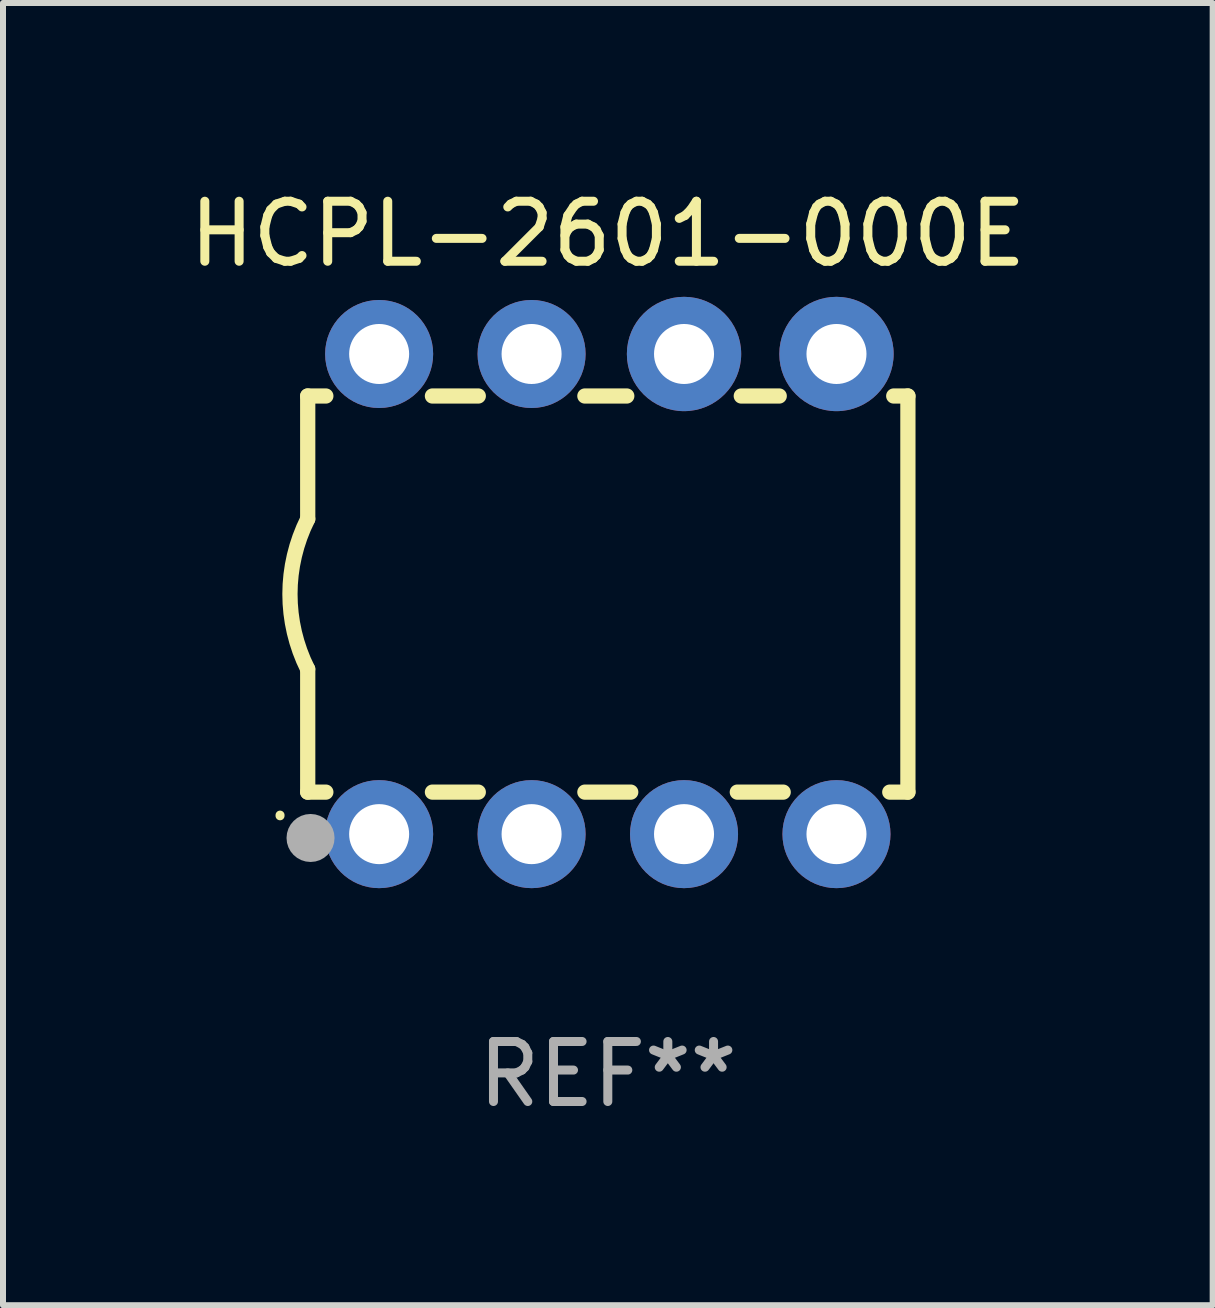
<source format=kicad_pcb>
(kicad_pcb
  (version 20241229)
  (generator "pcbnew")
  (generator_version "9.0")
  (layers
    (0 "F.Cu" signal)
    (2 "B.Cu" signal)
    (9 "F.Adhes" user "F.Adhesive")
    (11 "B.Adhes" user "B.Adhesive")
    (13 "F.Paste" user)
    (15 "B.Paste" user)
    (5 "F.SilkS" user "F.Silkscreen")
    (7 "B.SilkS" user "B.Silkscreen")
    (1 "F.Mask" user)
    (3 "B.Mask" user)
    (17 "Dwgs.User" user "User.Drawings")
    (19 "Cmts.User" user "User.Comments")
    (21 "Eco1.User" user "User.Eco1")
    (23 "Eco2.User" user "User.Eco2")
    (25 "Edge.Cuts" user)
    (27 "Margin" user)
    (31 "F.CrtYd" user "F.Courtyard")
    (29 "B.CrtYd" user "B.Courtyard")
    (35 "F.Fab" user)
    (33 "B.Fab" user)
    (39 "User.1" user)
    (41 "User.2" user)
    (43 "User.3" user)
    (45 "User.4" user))
  (footprint "HCPL-2601-000E"
    (layer "F.Cu")
    (at 7.077 6.848)
    (property "Reference" "HCPL-2601-000E" (at 0 -6 0) (layer "F.SilkS") (effects (font (size 1 1) (thickness 0.15))))
    (attr through_hole)
    (fp_line (start -5 -3.3) (end -5 -1.25) (stroke (width 0.254) (type solid)) (layer "F.SilkS"))
    (fp_line (start -5 -3.3) (end -4.698 -3.3) (stroke (width 0.254) (type solid)) (layer "F.SilkS"))
    (fp_line (start -5 3.3) (end -5 1.25) (stroke (width 0.254) (type solid)) (layer "F.SilkS"))
    (fp_line (start -5 3.3) (end -4.698 3.3) (stroke (width 0.254) (type solid)) (layer "F.SilkS"))
    (fp_line (start -2.922 -3.3) (end -2.158 -3.3) (stroke (width 0.254) (type solid)) (layer "F.SilkS"))
    (fp_line (start -2.922 3.3) (end -2.158 3.3) (stroke (width 0.254) (type solid)) (layer "F.SilkS"))
    (fp_line (start -0.382 -3.3) (end 0.316 -3.3) (stroke (width 0.254) (type solid)) (layer "F.SilkS"))
    (fp_line (start -0.382 3.3) (end 0.382 3.3) (stroke (width 0.254) (type solid)) (layer "F.SilkS"))
    (fp_line (start 2.158 3.3) (end 2.922 3.3) (stroke (width 0.254) (type solid)) (layer "F.SilkS"))
    (fp_line (start 2.224 -3.3) (end 2.856 -3.3) (stroke (width 0.254) (type solid)) (layer "F.SilkS"))
    (fp_line (start 4.698 3.3) (end 5 3.3) (stroke (width 0.254) (type solid)) (layer "F.SilkS"))
    (fp_line (start 4.764 -3.3) (end 5 -3.3) (stroke (width 0.254) (type solid)) (layer "F.SilkS"))
    (fp_line (start 5 -3.3) (end 5 3.3) (stroke (width 0.254) (type solid)) (layer "F.SilkS"))
    (fp_arc (start -5.46124 3.694259) (mid -5.461175 3.688632) (end -5.460986 3.683007) (stroke (width 0.149987) (type solid)) (layer "F.SilkS"))
    (fp_arc (start -5.00127 1.249682) (mid -5.295892 -0.000313) (end -5.000025 -1.250013) (stroke (width 0.254001) (type solid)) (layer "F.SilkS"))
    (fp_circle (center -4.795 4.237) (end -4.765 4.237) (stroke (width 0.06) (type solid)) (fill no) (layer "F.SilkS"))
    (fp_circle (center -4.953 4.064) (end -4.753 4.064) (stroke (width 0.4) (type solid)) (fill no) (layer "F.Fab"))
    (fp_text user "REF**" (at 0 8 0) (layer "F.Fab") (effects (font (size 1 1) (thickness 0.15))))
    (pad "1" thru_hole circle (at -3.81 4) (size 1.8 1.8) (drill 1) (layers "*.Cu" "*.Mask"))
    (pad "2" thru_hole circle (at -1.27 4) (size 1.8 1.8) (drill 1) (layers "*.Cu" "*.Mask"))
    (pad "3" thru_hole circle (at 1.27 4) (size 1.8 1.8) (drill 1) (layers "*.Cu" "*.Mask"))
    (pad "4" thru_hole circle (at 3.81 4) (size 1.8 1.8) (drill 1) (layers "*.Cu" "*.Mask"))
    (pad "5" thru_hole circle (at 3.81 -4) (size 1.905 1.905) (drill 1) (layers "*.Cu" "*.Mask"))
    (pad "6" thru_hole circle (at 1.27 -4) (size 1.905 1.905) (drill 1) (layers "*.Cu" "*.Mask"))
    (pad "7" thru_hole circle (at -1.27 -4) (size 1.8 1.8) (drill 1) (layers "*.Cu" "*.Mask"))
    (pad "8" thru_hole circle (at -3.81 -4) (size 1.8 1.8) (drill 1) (layers "*.Cu" "*.Mask")))
  (gr_rect
    (start -3 -3)
    (end 17.155 18.697)
    (stroke (width 0.1) (type default))
    (fill no)
    (layer "Edge.Cuts")))
</source>
